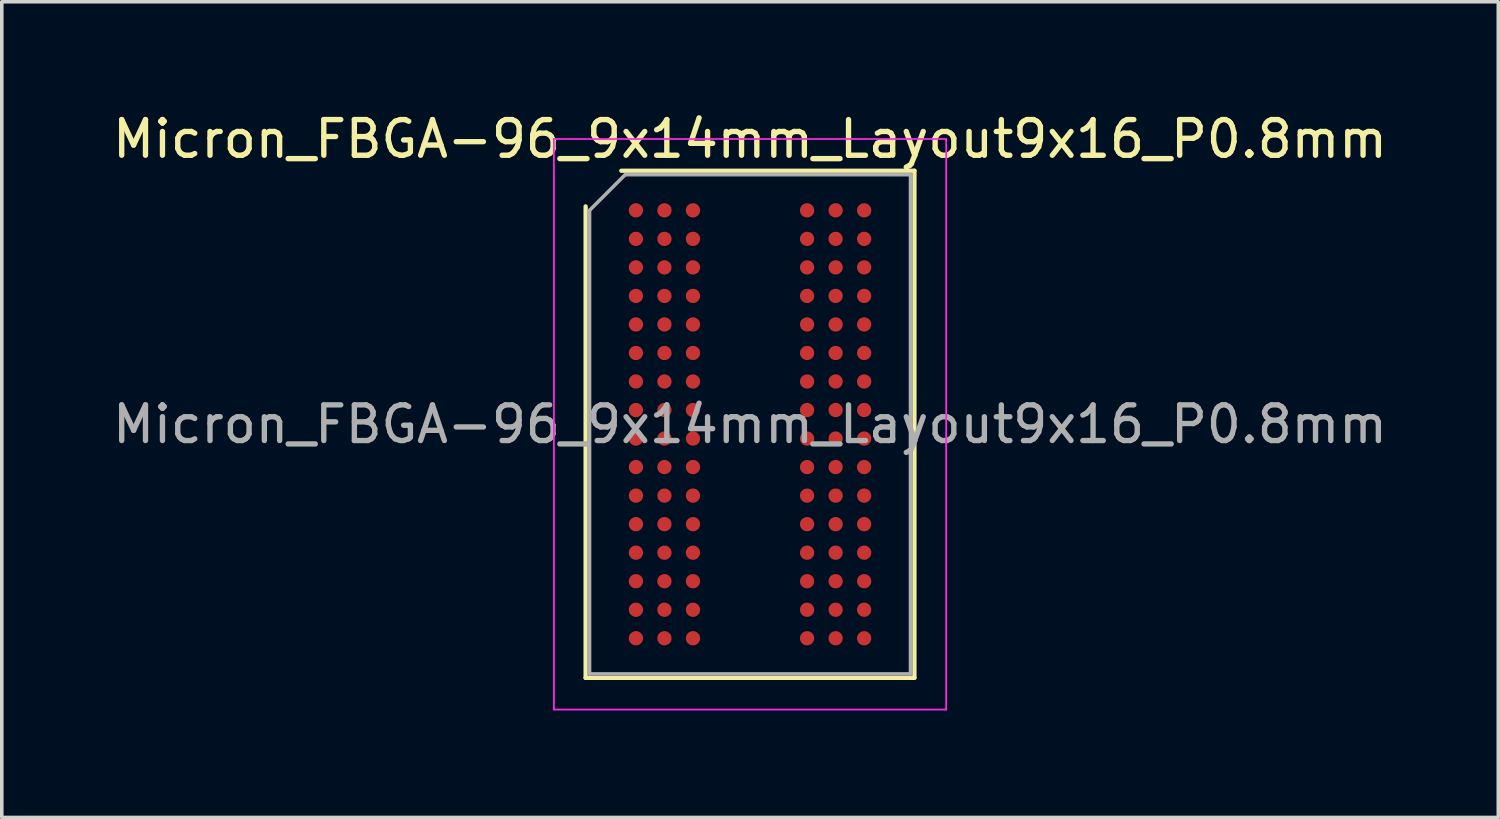
<source format=kicad_pcb>
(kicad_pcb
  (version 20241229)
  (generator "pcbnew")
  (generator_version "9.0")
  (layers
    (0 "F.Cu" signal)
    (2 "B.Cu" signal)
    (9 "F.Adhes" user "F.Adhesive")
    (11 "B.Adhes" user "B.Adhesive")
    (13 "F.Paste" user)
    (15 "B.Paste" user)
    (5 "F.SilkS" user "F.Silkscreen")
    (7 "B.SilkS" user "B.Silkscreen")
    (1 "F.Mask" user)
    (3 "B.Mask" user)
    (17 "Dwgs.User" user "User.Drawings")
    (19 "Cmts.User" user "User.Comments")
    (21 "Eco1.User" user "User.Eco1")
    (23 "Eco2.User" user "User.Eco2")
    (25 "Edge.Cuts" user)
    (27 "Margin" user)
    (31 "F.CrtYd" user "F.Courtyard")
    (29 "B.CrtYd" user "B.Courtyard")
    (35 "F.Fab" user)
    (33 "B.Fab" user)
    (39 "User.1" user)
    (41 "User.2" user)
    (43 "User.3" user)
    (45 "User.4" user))
  (footprint "Micron_FBGA-96_9x14mm_Layout9x16_P0.8mm"
    (layer "F.Cu")
    (at 17.982 8.848)
    (property "Reference" "Micron_FBGA-96_9x14mm_Layout9x16_P0.8mm" (at 0 -8 0) (layer "F.SilkS") (effects (font (size 1 1) (thickness 0.15))))
    (attr smd)
    (fp_line (start -4.61 7.11) (end -4.61 -6.11) (stroke (width 0.12) (type solid)) (layer "F.SilkS"))
    (fp_line (start -3.61 -7.11) (end 4.61 -7.11) (stroke (width 0.12) (type solid)) (layer "F.SilkS"))
    (fp_line (start 4.61 -7.11) (end 4.61 7.11) (stroke (width 0.12) (type solid)) (layer "F.SilkS"))
    (fp_line (start 4.61 7.11) (end -4.61 7.11) (stroke (width 0.12) (type solid)) (layer "F.SilkS"))
    (fp_line (start -5.5 -8) (end -5.5 8) (stroke (width 0.05) (type solid)) (layer "F.CrtYd"))
    (fp_line (start -5.5 8) (end 5.5 8) (stroke (width 0.05) (type solid)) (layer "F.CrtYd"))
    (fp_line (start 5.5 -8) (end -5.5 -8) (stroke (width 0.05) (type solid)) (layer "F.CrtYd"))
    (fp_line (start 5.5 8) (end 5.5 -8) (stroke (width 0.05) (type solid)) (layer "F.CrtYd"))
    (fp_line (start -4.5 -6) (end -3.5 -7) (stroke (width 0.1) (type solid)) (layer "F.Fab"))
    (fp_line (start -4.5 7) (end -4.5 -6) (stroke (width 0.1) (type solid)) (layer "F.Fab"))
    (fp_line (start -3.5 -7) (end 4.5 -7) (stroke (width 0.1) (type solid)) (layer "F.Fab"))
    (fp_line (start 4.5 -7) (end 4.5 7) (stroke (width 0.1) (type solid)) (layer "F.Fab"))
    (fp_line (start 4.5 7) (end -4.5 7) (stroke (width 0.1) (type solid)) (layer "F.Fab"))
    (fp_text user "${REFERENCE}" (at 0 0 0) (layer "F.Fab") (effects (font (size 1 1) (thickness 0.15))))
    (pad "A1" smd circle (at -3.2 -6) (size 0.4 0.4) (layers "F.Cu" "F.Mask" "F.Paste"))
    (pad "A2" smd circle (at -2.4 -6) (size 0.4 0.4) (layers "F.Cu" "F.Mask" "F.Paste"))
    (pad "A3" smd circle (at -1.6 -6) (size 0.4 0.4) (layers "F.Cu" "F.Mask" "F.Paste"))
    (pad "A7" smd circle (at 1.6 -6) (size 0.4 0.4) (layers "F.Cu" "F.Mask" "F.Paste"))
    (pad "A8" smd circle (at 2.4 -6) (size 0.4 0.4) (layers "F.Cu" "F.Mask" "F.Paste"))
    (pad "A9" smd circle (at 3.2 -6) (size 0.4 0.4) (layers "F.Cu" "F.Mask" "F.Paste"))
    (pad "B1" smd circle (at -3.2 -5.2) (size 0.4 0.4) (layers "F.Cu" "F.Mask" "F.Paste"))
    (pad "B2" smd circle (at -2.4 -5.2) (size 0.4 0.4) (layers "F.Cu" "F.Mask" "F.Paste"))
    (pad "B3" smd circle (at -1.6 -5.2) (size 0.4 0.4) (layers "F.Cu" "F.Mask" "F.Paste"))
    (pad "B7" smd circle (at 1.6 -5.2) (size 0.4 0.4) (layers "F.Cu" "F.Mask" "F.Paste"))
    (pad "B8" smd circle (at 2.4 -5.2) (size 0.4 0.4) (layers "F.Cu" "F.Mask" "F.Paste"))
    (pad "B9" smd circle (at 3.2 -5.2) (size 0.4 0.4) (layers "F.Cu" "F.Mask" "F.Paste"))
    (pad "C1" smd circle (at -3.2 -4.4) (size 0.4 0.4) (layers "F.Cu" "F.Mask" "F.Paste"))
    (pad "C2" smd circle (at -2.4 -4.4) (size 0.4 0.4) (layers "F.Cu" "F.Mask" "F.Paste"))
    (pad "C3" smd circle (at -1.6 -4.4) (size 0.4 0.4) (layers "F.Cu" "F.Mask" "F.Paste"))
    (pad "C7" smd circle (at 1.6 -4.4) (size 0.4 0.4) (layers "F.Cu" "F.Mask" "F.Paste"))
    (pad "C8" smd circle (at 2.4 -4.4) (size 0.4 0.4) (layers "F.Cu" "F.Mask" "F.Paste"))
    (pad "C9" smd circle (at 3.2 -4.4) (size 0.4 0.4) (layers "F.Cu" "F.Mask" "F.Paste"))
    (pad "D1" smd circle (at -3.2 -3.6) (size 0.4 0.4) (layers "F.Cu" "F.Mask" "F.Paste"))
    (pad "D2" smd circle (at -2.4 -3.6) (size 0.4 0.4) (layers "F.Cu" "F.Mask" "F.Paste"))
    (pad "D3" smd circle (at -1.6 -3.6) (size 0.4 0.4) (layers "F.Cu" "F.Mask" "F.Paste"))
    (pad "D7" smd circle (at 1.6 -3.6) (size 0.4 0.4) (layers "F.Cu" "F.Mask" "F.Paste"))
    (pad "D8" smd circle (at 2.4 -3.6) (size 0.4 0.4) (layers "F.Cu" "F.Mask" "F.Paste"))
    (pad "D9" smd circle (at 3.2 -3.6) (size 0.4 0.4) (layers "F.Cu" "F.Mask" "F.Paste"))
    (pad "E1" smd circle (at -3.2 -2.8) (size 0.4 0.4) (layers "F.Cu" "F.Mask" "F.Paste"))
    (pad "E2" smd circle (at -2.4 -2.8) (size 0.4 0.4) (layers "F.Cu" "F.Mask" "F.Paste"))
    (pad "E3" smd circle (at -1.6 -2.8) (size 0.4 0.4) (layers "F.Cu" "F.Mask" "F.Paste"))
    (pad "E7" smd circle (at 1.6 -2.8) (size 0.4 0.4) (layers "F.Cu" "F.Mask" "F.Paste"))
    (pad "E8" smd circle (at 2.4 -2.8) (size 0.4 0.4) (layers "F.Cu" "F.Mask" "F.Paste"))
    (pad "E9" smd circle (at 3.2 -2.8) (size 0.4 0.4) (layers "F.Cu" "F.Mask" "F.Paste"))
    (pad "F1" smd circle (at -3.2 -2) (size 0.4 0.4) (layers "F.Cu" "F.Mask" "F.Paste"))
    (pad "F2" smd circle (at -2.4 -2) (size 0.4 0.4) (layers "F.Cu" "F.Mask" "F.Paste"))
    (pad "F3" smd circle (at -1.6 -2) (size 0.4 0.4) (layers "F.Cu" "F.Mask" "F.Paste"))
    (pad "F7" smd circle (at 1.6 -2) (size 0.4 0.4) (layers "F.Cu" "F.Mask" "F.Paste"))
    (pad "F8" smd circle (at 2.4 -2) (size 0.4 0.4) (layers "F.Cu" "F.Mask" "F.Paste"))
    (pad "F9" smd circle (at 3.2 -2) (size 0.4 0.4) (layers "F.Cu" "F.Mask" "F.Paste"))
    (pad "G1" smd circle (at -3.2 -1.2) (size 0.4 0.4) (layers "F.Cu" "F.Mask" "F.Paste"))
    (pad "G2" smd circle (at -2.4 -1.2) (size 0.4 0.4) (layers "F.Cu" "F.Mask" "F.Paste"))
    (pad "G3" smd circle (at -1.6 -1.2) (size 0.4 0.4) (layers "F.Cu" "F.Mask" "F.Paste"))
    (pad "G7" smd circle (at 1.6 -1.2) (size 0.4 0.4) (layers "F.Cu" "F.Mask" "F.Paste"))
    (pad "G8" smd circle (at 2.4 -1.2) (size 0.4 0.4) (layers "F.Cu" "F.Mask" "F.Paste"))
    (pad "G9" smd circle (at 3.2 -1.2) (size 0.4 0.4) (layers "F.Cu" "F.Mask" "F.Paste"))
    (pad "H1" smd circle (at -3.2 -0.4) (size 0.4 0.4) (layers "F.Cu" "F.Mask" "F.Paste"))
    (pad "H2" smd circle (at -2.4 -0.4) (size 0.4 0.4) (layers "F.Cu" "F.Mask" "F.Paste"))
    (pad "H3" smd circle (at -1.6 -0.4) (size 0.4 0.4) (layers "F.Cu" "F.Mask" "F.Paste"))
    (pad "H7" smd circle (at 1.6 -0.4) (size 0.4 0.4) (layers "F.Cu" "F.Mask" "F.Paste"))
    (pad "H8" smd circle (at 2.4 -0.4) (size 0.4 0.4) (layers "F.Cu" "F.Mask" "F.Paste"))
    (pad "H9" smd circle (at 3.2 -0.4) (size 0.4 0.4) (layers "F.Cu" "F.Mask" "F.Paste"))
    (pad "J1" smd circle (at -3.2 0.4) (size 0.4 0.4) (layers "F.Cu" "F.Mask" "F.Paste"))
    (pad "J2" smd circle (at -2.4 0.4) (size 0.4 0.4) (layers "F.Cu" "F.Mask" "F.Paste"))
    (pad "J3" smd circle (at -1.6 0.4) (size 0.4 0.4) (layers "F.Cu" "F.Mask" "F.Paste"))
    (pad "J7" smd circle (at 1.6 0.4) (size 0.4 0.4) (layers "F.Cu" "F.Mask" "F.Paste"))
    (pad "J8" smd circle (at 2.4 0.4) (size 0.4 0.4) (layers "F.Cu" "F.Mask" "F.Paste"))
    (pad "J9" smd circle (at 3.2 0.4) (size 0.4 0.4) (layers "F.Cu" "F.Mask" "F.Paste"))
    (pad "K1" smd circle (at -3.2 1.2) (size 0.4 0.4) (layers "F.Cu" "F.Mask" "F.Paste"))
    (pad "K2" smd circle (at -2.4 1.2) (size 0.4 0.4) (layers "F.Cu" "F.Mask" "F.Paste"))
    (pad "K3" smd circle (at -1.6 1.2) (size 0.4 0.4) (layers "F.Cu" "F.Mask" "F.Paste"))
    (pad "K7" smd circle (at 1.6 1.2) (size 0.4 0.4) (layers "F.Cu" "F.Mask" "F.Paste"))
    (pad "K8" smd circle (at 2.4 1.2) (size 0.4 0.4) (layers "F.Cu" "F.Mask" "F.Paste"))
    (pad "K9" smd circle (at 3.2 1.2) (size 0.4 0.4) (layers "F.Cu" "F.Mask" "F.Paste"))
    (pad "L1" smd circle (at -3.2 2) (size 0.4 0.4) (layers "F.Cu" "F.Mask" "F.Paste"))
    (pad "L2" smd circle (at -2.4 2) (size 0.4 0.4) (layers "F.Cu" "F.Mask" "F.Paste"))
    (pad "L3" smd circle (at -1.6 2) (size 0.4 0.4) (layers "F.Cu" "F.Mask" "F.Paste"))
    (pad "L7" smd circle (at 1.6 2) (size 0.4 0.4) (layers "F.Cu" "F.Mask" "F.Paste"))
    (pad "L8" smd circle (at 2.4 2) (size 0.4 0.4) (layers "F.Cu" "F.Mask" "F.Paste"))
    (pad "L9" smd circle (at 3.2 2) (size 0.4 0.4) (layers "F.Cu" "F.Mask" "F.Paste"))
    (pad "M1" smd circle (at -3.2 2.8) (size 0.4 0.4) (layers "F.Cu" "F.Mask" "F.Paste"))
    (pad "M2" smd circle (at -2.4 2.8) (size 0.4 0.4) (layers "F.Cu" "F.Mask" "F.Paste"))
    (pad "M3" smd circle (at -1.6 2.8) (size 0.4 0.4) (layers "F.Cu" "F.Mask" "F.Paste"))
    (pad "M7" smd circle (at 1.6 2.8) (size 0.4 0.4) (layers "F.Cu" "F.Mask" "F.Paste"))
    (pad "M8" smd circle (at 2.4 2.8) (size 0.4 0.4) (layers "F.Cu" "F.Mask" "F.Paste"))
    (pad "M9" smd circle (at 3.2 2.8) (size 0.4 0.4) (layers "F.Cu" "F.Mask" "F.Paste"))
    (pad "N1" smd circle (at -3.2 3.6) (size 0.4 0.4) (layers "F.Cu" "F.Mask" "F.Paste"))
    (pad "N2" smd circle (at -2.4 3.6) (size 0.4 0.4) (layers "F.Cu" "F.Mask" "F.Paste"))
    (pad "N3" smd circle (at -1.6 3.6) (size 0.4 0.4) (layers "F.Cu" "F.Mask" "F.Paste"))
    (pad "N7" smd circle (at 1.6 3.6) (size 0.4 0.4) (layers "F.Cu" "F.Mask" "F.Paste"))
    (pad "N8" smd circle (at 2.4 3.6) (size 0.4 0.4) (layers "F.Cu" "F.Mask" "F.Paste"))
    (pad "N9" smd circle (at 3.2 3.6) (size 0.4 0.4) (layers "F.Cu" "F.Mask" "F.Paste"))
    (pad "P1" smd circle (at -3.2 4.4) (size 0.4 0.4) (layers "F.Cu" "F.Mask" "F.Paste"))
    (pad "P2" smd circle (at -2.4 4.4) (size 0.4 0.4) (layers "F.Cu" "F.Mask" "F.Paste"))
    (pad "P3" smd circle (at -1.6 4.4) (size 0.4 0.4) (layers "F.Cu" "F.Mask" "F.Paste"))
    (pad "P7" smd circle (at 1.6 4.4) (size 0.4 0.4) (layers "F.Cu" "F.Mask" "F.Paste"))
    (pad "P8" smd circle (at 2.4 4.4) (size 0.4 0.4) (layers "F.Cu" "F.Mask" "F.Paste"))
    (pad "P9" smd circle (at 3.2 4.4) (size 0.4 0.4) (layers "F.Cu" "F.Mask" "F.Paste"))
    (pad "R1" smd circle (at -3.2 5.2) (size 0.4 0.4) (layers "F.Cu" "F.Mask" "F.Paste"))
    (pad "R2" smd circle (at -2.4 5.2) (size 0.4 0.4) (layers "F.Cu" "F.Mask" "F.Paste"))
    (pad "R3" smd circle (at -1.6 5.2) (size 0.4 0.4) (layers "F.Cu" "F.Mask" "F.Paste"))
    (pad "R7" smd circle (at 1.6 5.2) (size 0.4 0.4) (layers "F.Cu" "F.Mask" "F.Paste"))
    (pad "R8" smd circle (at 2.4 5.2) (size 0.4 0.4) (layers "F.Cu" "F.Mask" "F.Paste"))
    (pad "R9" smd circle (at 3.2 5.2) (size 0.4 0.4) (layers "F.Cu" "F.Mask" "F.Paste"))
    (pad "T1" smd circle (at -3.2 6) (size 0.4 0.4) (layers "F.Cu" "F.Mask" "F.Paste"))
    (pad "T2" smd circle (at -2.4 6) (size 0.4 0.4) (layers "F.Cu" "F.Mask" "F.Paste"))
    (pad "T3" smd circle (at -1.6 6) (size 0.4 0.4) (layers "F.Cu" "F.Mask" "F.Paste"))
    (pad "T7" smd circle (at 1.6 6) (size 0.4 0.4) (layers "F.Cu" "F.Mask" "F.Paste"))
    (pad "T8" smd circle (at 2.4 6) (size 0.4 0.4) (layers "F.Cu" "F.Mask" "F.Paste"))
    (pad "T9" smd circle (at 3.2 6) (size 0.4 0.4) (layers "F.Cu" "F.Mask" "F.Paste")))
  (gr_rect
    (start -3 -3)
    (end 38.964 19.873)
    (stroke (width 0.1) (type default))
    (fill no)
    (layer "Edge.Cuts")))
</source>
